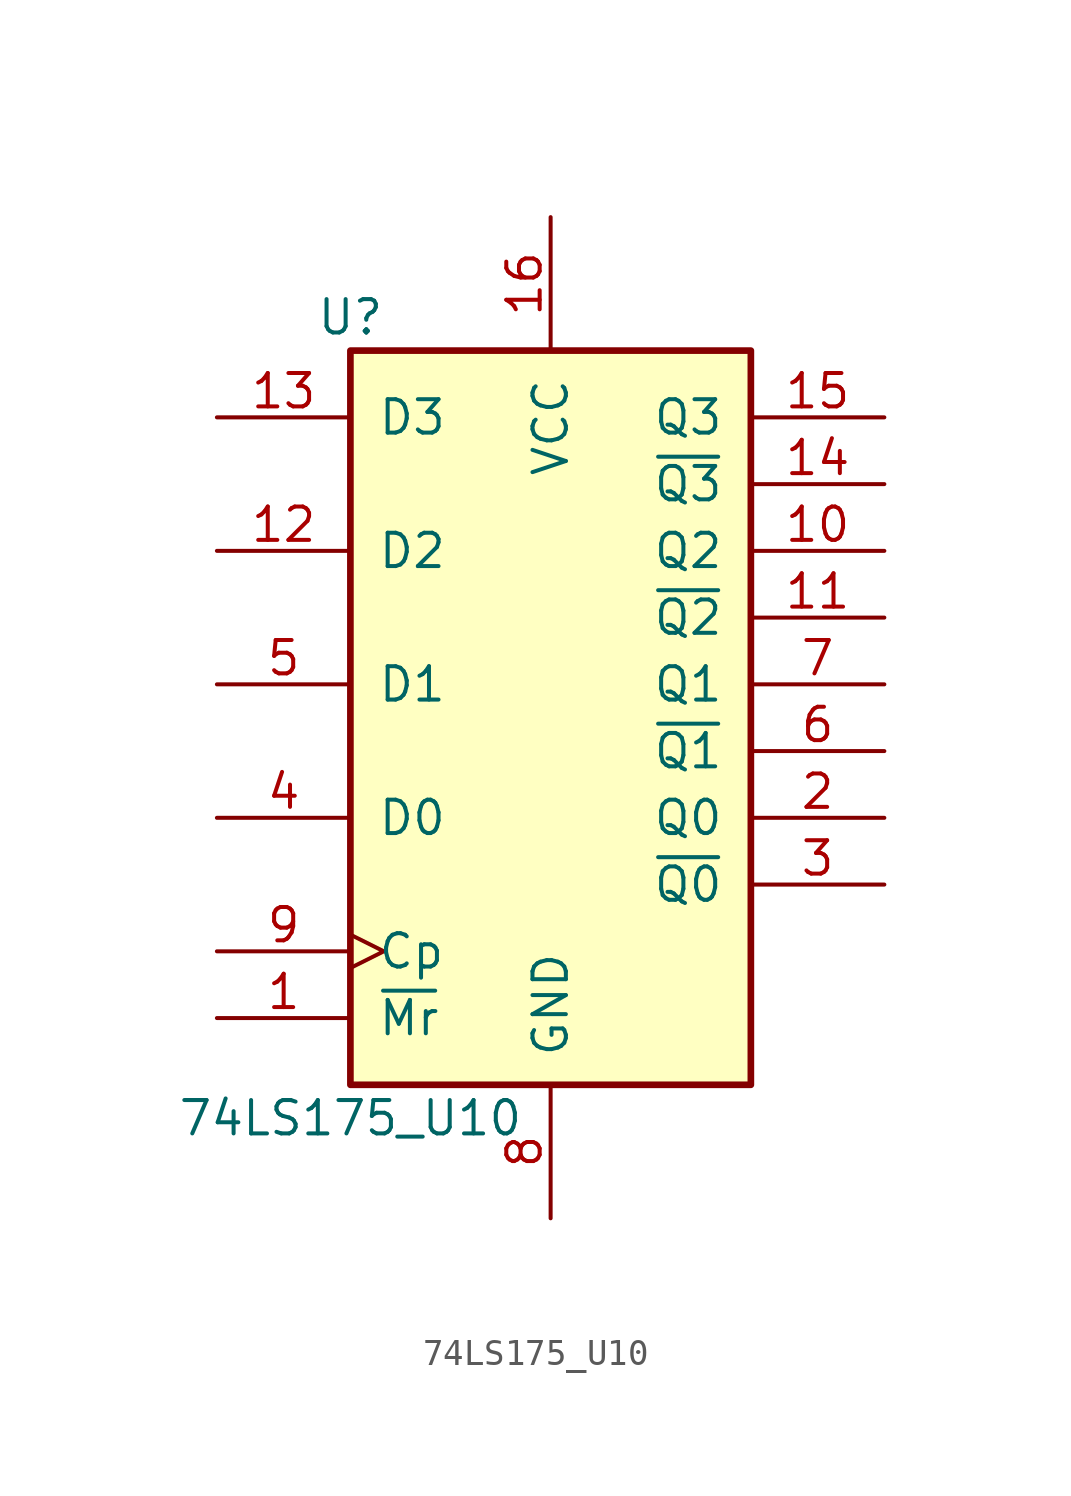
<source format=kicad_sym>
(kicad_symbol_lib
  (version 20220914)
  (generator kicad_symbol_editor)
  (symbol "74LS175_U10"
    (pin_names
      (offset 1.016))
    (property "Reference" "U"
      (at -7.62 13.97 0)
      (effects (font (size 1.27 1.27))))
    (property "Value" "74LS175_U10"
      (at -7.62 -16.51 0)
      (effects (font (size 1.27 1.27))))
    (property "ki_locked" ""
      (at 0 0 0)
      (effects (font (size 1.27 1.27))))
    (symbol "74LS175_U10_1_0"
      (pin input line (at -12.7 -12.7 0) (length 5.08) (name "~{Mr}" (effects (font (size 1.27 1.27)))) (number "1" (effects (font (size 1.27 1.27)))))
      (pin output line (at 12.7 5.08 180) (length 5.08) (name "Q2" (effects (font (size 1.27 1.27)))) (number "10" (effects (font (size 1.27 1.27)))))
      (pin output line (at 12.7 2.54 180) (length 5.08) (name "~{Q2}" (effects (font (size 1.27 1.27)))) (number "11" (effects (font (size 1.27 1.27)))))
      (pin input line (at -12.7 5.08 0) (length 5.08) (name "D2" (effects (font (size 1.27 1.27)))) (number "12" (effects (font (size 1.27 1.27)))))
      (pin input line (at -12.7 10.16 0) (length 5.08) (name "D3" (effects (font (size 1.27 1.27)))) (number "13" (effects (font (size 1.27 1.27)))))
      (pin output line (at 12.7 7.62 180) (length 5.08) (name "~{Q3}" (effects (font (size 1.27 1.27)))) (number "14" (effects (font (size 1.27 1.27)))))
      (pin output line (at 12.7 10.16 180) (length 5.08) (name "Q3" (effects (font (size 1.27 1.27)))) (number "15" (effects (font (size 1.27 1.27)))))
      (pin power_in line (at 0 17.78 270) (length 5.08) (name "VCC" (effects (font (size 1.27 1.27)))) (number "16" (effects (font (size 1.27 1.27)))))
      (pin output line (at 12.7 -5.08 180) (length 5.08) (name "Q0" (effects (font (size 1.27 1.27)))) (number "2" (effects (font (size 1.27 1.27)))))
      (pin output line (at 12.7 -7.62 180) (length 5.08) (name "~{Q0}" (effects (font (size 1.27 1.27)))) (number "3" (effects (font (size 1.27 1.27)))))
      (pin input line (at -12.7 -5.08 0) (length 5.08) (name "D0" (effects (font (size 1.27 1.27)))) (number "4" (effects (font (size 1.27 1.27)))))
      (pin input line (at -12.7 0 0) (length 5.08) (name "D1" (effects (font (size 1.27 1.27)))) (number "5" (effects (font (size 1.27 1.27)))))
      (pin output line (at 12.7 -2.54 180) (length 5.08) (name "~{Q1}" (effects (font (size 1.27 1.27)))) (number "6" (effects (font (size 1.27 1.27)))))
      (pin output line (at 12.7 0 180) (length 5.08) (name "Q1" (effects (font (size 1.27 1.27)))) (number "7" (effects (font (size 1.27 1.27)))))
      (pin power_in line (at 0 -20.32 90) (length 5.08) (name "GND" (effects (font (size 1.27 1.27)))) (number "8" (effects (font (size 1.27 1.27)))))
      (pin input clock (at -12.7 -10.16 0) (length 5.08) (name "Cp" (effects (font (size 1.27 1.27)))) (number "9" (effects (font (size 1.27 1.27))))))
    (symbol "74LS175_U10_1_1"
      (rectangle (start -7.62 12.7) (end 7.62 -15.24) (stroke (width 0.254) (type default)) (fill (type background))))))
</source>
